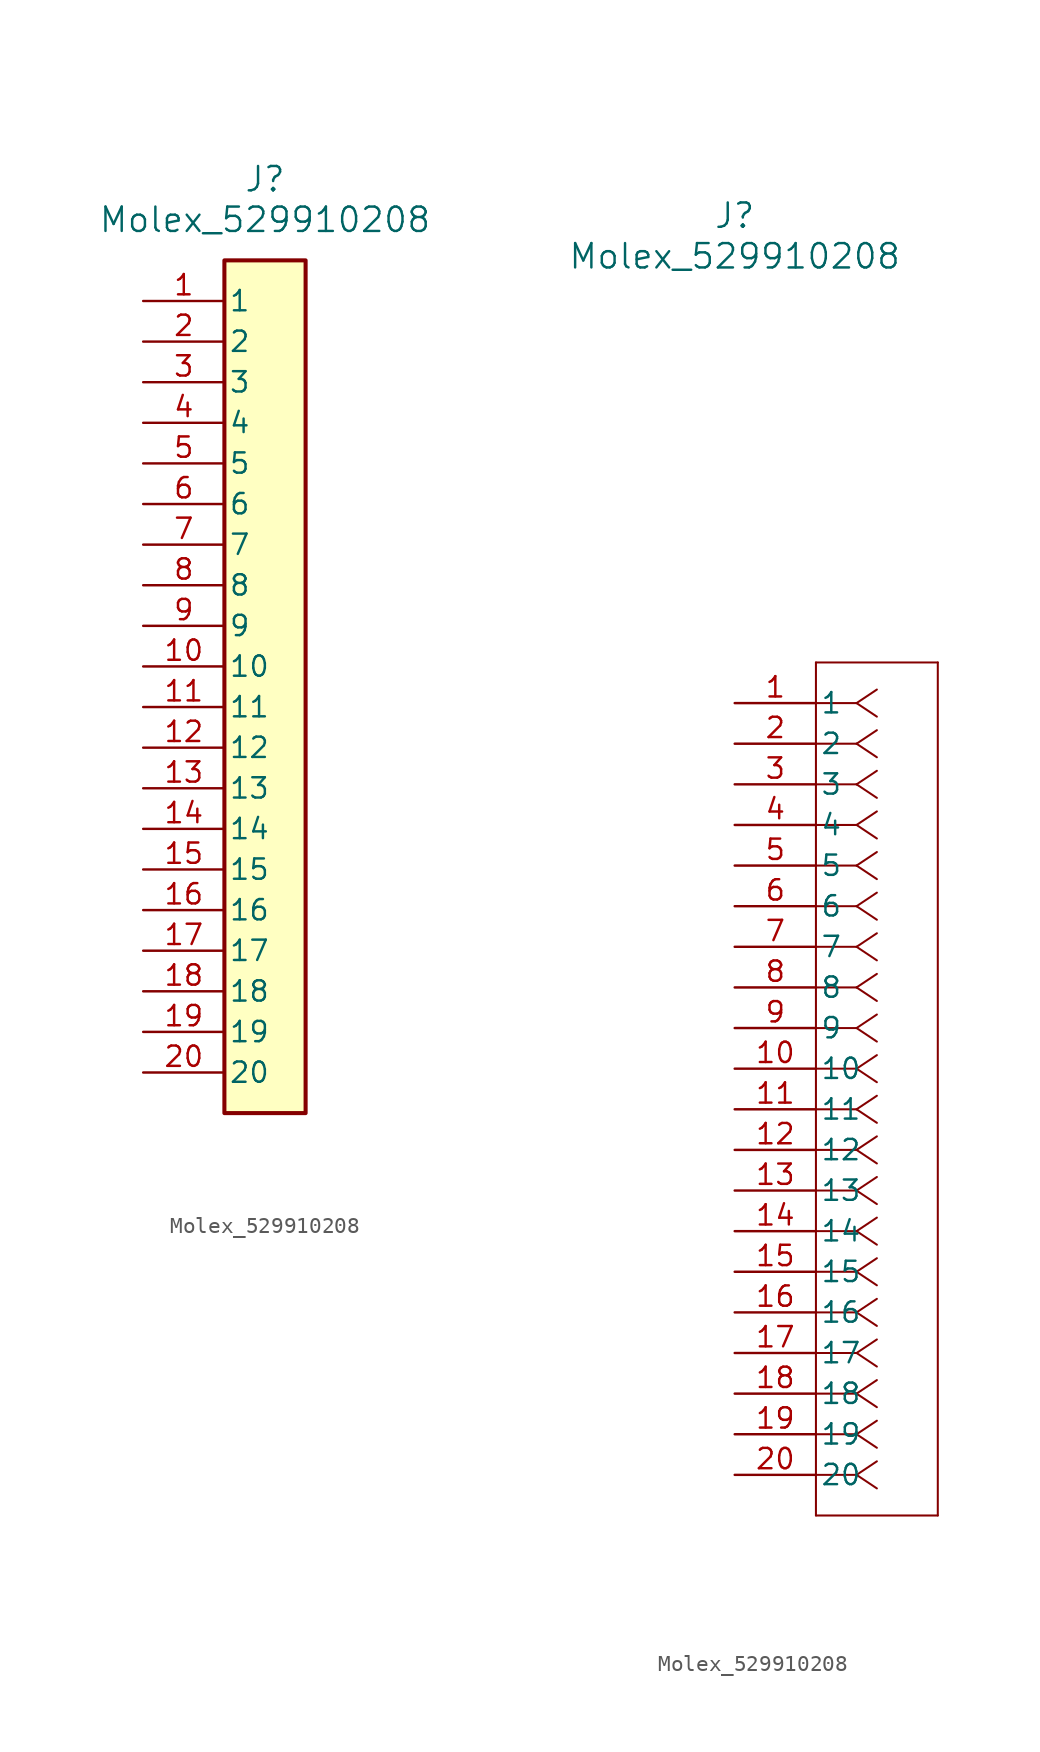
<source format=kicad_sym>
(kicad_symbol_lib
  (version 20220914)
  (generator kicad_symbol_editor)
  (symbol "Molex_529910208"
    (pin_names
      (offset 0.254))
    (property "Reference" "J"
      (at 0 30.48 0)
      (effects (font (size 1.524 1.524))))
    (property "Value" "Molex_529910208"
      (at 0 27.94 0)
      (effects (font (size 1.524 1.524))))
    (property "ki_locked" ""
      (at 0 0 0)
      (effects (font (size 1.27 1.27))))
    (symbol "Molex_529910208_1_1"
      (rectangle (start -2.54 25.4) (end 2.54 -27.94) (stroke (width 0.254) (type default)) (fill (type background)))
      (pin unspecified line (at -7.62 22.86 0) (length 5.08) (name "1" (effects (font (size 1.27 1.27)))) (number "1" (effects (font (size 1.27 1.27)))))
      (pin unspecified line (at -7.62 0 0) (length 5.08) (name "10" (effects (font (size 1.27 1.27)))) (number "10" (effects (font (size 1.27 1.27)))))
      (pin unspecified line (at -7.62 -2.54 0) (length 5.08) (name "11" (effects (font (size 1.27 1.27)))) (number "11" (effects (font (size 1.27 1.27)))))
      (pin unspecified line (at -7.62 -5.08 0) (length 5.08) (name "12" (effects (font (size 1.27 1.27)))) (number "12" (effects (font (size 1.27 1.27)))))
      (pin unspecified line (at -7.62 -7.62 0) (length 5.08) (name "13" (effects (font (size 1.27 1.27)))) (number "13" (effects (font (size 1.27 1.27)))))
      (pin unspecified line (at -7.62 -10.16 0) (length 5.08) (name "14" (effects (font (size 1.27 1.27)))) (number "14" (effects (font (size 1.27 1.27)))))
      (pin unspecified line (at -7.62 -12.7 0) (length 5.08) (name "15" (effects (font (size 1.27 1.27)))) (number "15" (effects (font (size 1.27 1.27)))))
      (pin unspecified line (at -7.62 -15.24 0) (length 5.08) (name "16" (effects (font (size 1.27 1.27)))) (number "16" (effects (font (size 1.27 1.27)))))
      (pin unspecified line (at -7.62 -17.78 0) (length 5.08) (name "17" (effects (font (size 1.27 1.27)))) (number "17" (effects (font (size 1.27 1.27)))))
      (pin unspecified line (at -7.62 -20.32 0) (length 5.08) (name "18" (effects (font (size 1.27 1.27)))) (number "18" (effects (font (size 1.27 1.27)))))
      (pin unspecified line (at -7.62 -22.86 0) (length 5.08) (name "19" (effects (font (size 1.27 1.27)))) (number "19" (effects (font (size 1.27 1.27)))))
      (pin unspecified line (at -7.62 20.32 0) (length 5.08) (name "2" (effects (font (size 1.27 1.27)))) (number "2" (effects (font (size 1.27 1.27)))))
      (pin unspecified line (at -7.62 -25.4 0) (length 5.08) (name "20" (effects (font (size 1.27 1.27)))) (number "20" (effects (font (size 1.27 1.27)))))
      (pin unspecified line (at -7.62 17.78 0) (length 5.08) (name "3" (effects (font (size 1.27 1.27)))) (number "3" (effects (font (size 1.27 1.27)))))
      (pin unspecified line (at -7.62 15.24 0) (length 5.08) (name "4" (effects (font (size 1.27 1.27)))) (number "4" (effects (font (size 1.27 1.27)))))
      (pin unspecified line (at -7.62 12.7 0) (length 5.08) (name "5" (effects (font (size 1.27 1.27)))) (number "5" (effects (font (size 1.27 1.27)))))
      (pin unspecified line (at -7.62 10.16 0) (length 5.08) (name "6" (effects (font (size 1.27 1.27)))) (number "6" (effects (font (size 1.27 1.27)))))
      (pin unspecified line (at -7.62 7.62 0) (length 5.08) (name "7" (effects (font (size 1.27 1.27)))) (number "7" (effects (font (size 1.27 1.27)))))
      (pin unspecified line (at -7.62 5.08 0) (length 5.08) (name "8" (effects (font (size 1.27 1.27)))) (number "8" (effects (font (size 1.27 1.27)))))
      (pin unspecified line (at -7.62 2.54 0) (length 5.08) (name "9" (effects (font (size 1.27 1.27)))) (number "9" (effects (font (size 1.27 1.27))))))
    (symbol "Molex_529910208_1_2"
      (polyline (pts (xy 5.08 -50.8) (xy 12.7 -50.8)) (stroke (width 0.127) (type default)) (fill (type none)))
      (polyline (pts (xy 5.08 2.54) (xy 5.08 -50.8)) (stroke (width 0.127) (type default)) (fill (type none)))
      (polyline (pts (xy 7.62 -48.26) (xy 5.08 -48.26)) (stroke (width 0.127) (type default)) (fill (type none)))
      (polyline (pts (xy 7.62 -48.26) (xy 8.89 -49.107)) (stroke (width 0.127) (type default)) (fill (type none)))
      (polyline (pts (xy 7.62 -48.26) (xy 8.89 -47.413)) (stroke (width 0.127) (type default)) (fill (type none)))
      (polyline (pts (xy 7.62 -45.72) (xy 5.08 -45.72)) (stroke (width 0.127) (type default)) (fill (type none)))
      (polyline (pts (xy 7.62 -45.72) (xy 8.89 -46.567)) (stroke (width 0.127) (type default)) (fill (type none)))
      (polyline (pts (xy 7.62 -45.72) (xy 8.89 -44.873)) (stroke (width 0.127) (type default)) (fill (type none)))
      (polyline (pts (xy 7.62 -43.18) (xy 5.08 -43.18)) (stroke (width 0.127) (type default)) (fill (type none)))
      (polyline (pts (xy 7.62 -43.18) (xy 8.89 -44.027)) (stroke (width 0.127) (type default)) (fill (type none)))
      (polyline (pts (xy 7.62 -43.18) (xy 8.89 -42.333)) (stroke (width 0.127) (type default)) (fill (type none)))
      (polyline (pts (xy 7.62 -40.64) (xy 5.08 -40.64)) (stroke (width 0.127) (type default)) (fill (type none)))
      (polyline (pts (xy 7.62 -40.64) (xy 8.89 -41.487)) (stroke (width 0.127) (type default)) (fill (type none)))
      (polyline (pts (xy 7.62 -40.64) (xy 8.89 -39.793)) (stroke (width 0.127) (type default)) (fill (type none)))
      (polyline (pts (xy 7.62 -38.1) (xy 5.08 -38.1)) (stroke (width 0.127) (type default)) (fill (type none)))
      (polyline (pts (xy 7.62 -38.1) (xy 8.89 -38.947)) (stroke (width 0.127) (type default)) (fill (type none)))
      (polyline (pts (xy 7.62 -38.1) (xy 8.89 -37.253)) (stroke (width 0.127) (type default)) (fill (type none)))
      (polyline (pts (xy 7.62 -35.56) (xy 5.08 -35.56)) (stroke (width 0.127) (type default)) (fill (type none)))
      (polyline (pts (xy 7.62 -35.56) (xy 8.89 -36.407)) (stroke (width 0.127) (type default)) (fill (type none)))
      (polyline (pts (xy 7.62 -35.56) (xy 8.89 -34.713)) (stroke (width 0.127) (type default)) (fill (type none)))
      (polyline (pts (xy 7.62 -33.02) (xy 5.08 -33.02)) (stroke (width 0.127) (type default)) (fill (type none)))
      (polyline (pts (xy 7.62 -33.02) (xy 8.89 -33.867)) (stroke (width 0.127) (type default)) (fill (type none)))
      (polyline (pts (xy 7.62 -33.02) (xy 8.89 -32.173)) (stroke (width 0.127) (type default)) (fill (type none)))
      (polyline (pts (xy 7.62 -30.48) (xy 5.08 -30.48)) (stroke (width 0.127) (type default)) (fill (type none)))
      (polyline (pts (xy 7.62 -30.48) (xy 8.89 -31.327)) (stroke (width 0.127) (type default)) (fill (type none)))
      (polyline (pts (xy 7.62 -30.48) (xy 8.89 -29.633)) (stroke (width 0.127) (type default)) (fill (type none)))
      (polyline (pts (xy 7.62 -27.94) (xy 5.08 -27.94)) (stroke (width 0.127) (type default)) (fill (type none)))
      (polyline (pts (xy 7.62 -27.94) (xy 8.89 -28.787)) (stroke (width 0.127) (type default)) (fill (type none)))
      (polyline (pts (xy 7.62 -27.94) (xy 8.89 -27.093)) (stroke (width 0.127) (type default)) (fill (type none)))
      (polyline (pts (xy 7.62 -25.4) (xy 5.08 -25.4)) (stroke (width 0.127) (type default)) (fill (type none)))
      (polyline (pts (xy 7.62 -25.4) (xy 8.89 -26.247)) (stroke (width 0.127) (type default)) (fill (type none)))
      (polyline (pts (xy 7.62 -25.4) (xy 8.89 -24.553)) (stroke (width 0.127) (type default)) (fill (type none)))
      (polyline (pts (xy 7.62 -22.86) (xy 5.08 -22.86)) (stroke (width 0.127) (type default)) (fill (type none)))
      (polyline (pts (xy 7.62 -22.86) (xy 8.89 -23.707)) (stroke (width 0.127) (type default)) (fill (type none)))
      (polyline (pts (xy 7.62 -22.86) (xy 8.89 -22.013)) (stroke (width 0.127) (type default)) (fill (type none)))
      (polyline (pts (xy 7.62 -20.32) (xy 5.08 -20.32)) (stroke (width 0.127) (type default)) (fill (type none)))
      (polyline (pts (xy 7.62 -20.32) (xy 8.89 -21.167)) (stroke (width 0.127) (type default)) (fill (type none)))
      (polyline (pts (xy 7.62 -20.32) (xy 8.89 -19.473)) (stroke (width 0.127) (type default)) (fill (type none)))
      (polyline (pts (xy 7.62 -17.78) (xy 5.08 -17.78)) (stroke (width 0.127) (type default)) (fill (type none)))
      (polyline (pts (xy 7.62 -17.78) (xy 8.89 -18.627)) (stroke (width 0.127) (type default)) (fill (type none)))
      (polyline (pts (xy 7.62 -17.78) (xy 8.89 -16.933)) (stroke (width 0.127) (type default)) (fill (type none)))
      (polyline (pts (xy 7.62 -15.24) (xy 5.08 -15.24)) (stroke (width 0.127) (type default)) (fill (type none)))
      (polyline (pts (xy 7.62 -15.24) (xy 8.89 -16.087)) (stroke (width 0.127) (type default)) (fill (type none)))
      (polyline (pts (xy 7.62 -15.24) (xy 8.89 -14.393)) (stroke (width 0.127) (type default)) (fill (type none)))
      (polyline (pts (xy 7.62 -12.7) (xy 5.08 -12.7)) (stroke (width 0.127) (type default)) (fill (type none)))
      (polyline (pts (xy 7.62 -12.7) (xy 8.89 -13.547)) (stroke (width 0.127) (type default)) (fill (type none)))
      (polyline (pts (xy 7.62 -12.7) (xy 8.89 -11.853)) (stroke (width 0.127) (type default)) (fill (type none)))
      (polyline (pts (xy 7.62 -10.16) (xy 5.08 -10.16)) (stroke (width 0.127) (type default)) (fill (type none)))
      (polyline (pts (xy 7.62 -10.16) (xy 8.89 -11.007)) (stroke (width 0.127) (type default)) (fill (type none)))
      (polyline (pts (xy 7.62 -10.16) (xy 8.89 -9.313)) (stroke (width 0.127) (type default)) (fill (type none)))
      (polyline (pts (xy 7.62 -7.62) (xy 5.08 -7.62)) (stroke (width 0.127) (type default)) (fill (type none)))
      (polyline (pts (xy 7.62 -7.62) (xy 8.89 -8.467)) (stroke (width 0.127) (type default)) (fill (type none)))
      (polyline (pts (xy 7.62 -7.62) (xy 8.89 -6.773)) (stroke (width 0.127) (type default)) (fill (type none)))
      (polyline (pts (xy 7.62 -5.08) (xy 5.08 -5.08)) (stroke (width 0.127) (type default)) (fill (type none)))
      (polyline (pts (xy 7.62 -5.08) (xy 8.89 -5.927)) (stroke (width 0.127) (type default)) (fill (type none)))
      (polyline (pts (xy 7.62 -5.08) (xy 8.89 -4.233)) (stroke (width 0.127) (type default)) (fill (type none)))
      (polyline (pts (xy 7.62 -2.54) (xy 5.08 -2.54)) (stroke (width 0.127) (type default)) (fill (type none)))
      (polyline (pts (xy 7.62 -2.54) (xy 8.89 -3.387)) (stroke (width 0.127) (type default)) (fill (type none)))
      (polyline (pts (xy 7.62 -2.54) (xy 8.89 -1.693)) (stroke (width 0.127) (type default)) (fill (type none)))
      (polyline (pts (xy 7.62 0) (xy 5.08 0)) (stroke (width 0.127) (type default)) (fill (type none)))
      (polyline (pts (xy 7.62 0) (xy 8.89 -0.847)) (stroke (width 0.127) (type default)) (fill (type none)))
      (polyline (pts (xy 7.62 0) (xy 8.89 0.847)) (stroke (width 0.127) (type default)) (fill (type none)))
      (polyline (pts (xy 12.7 -50.8) (xy 12.7 2.54)) (stroke (width 0.127) (type default)) (fill (type none)))
      (polyline (pts (xy 12.7 2.54) (xy 5.08 2.54)) (stroke (width 0.127) (type default)) (fill (type none)))
      (pin unspecified line (at 0 0 0) (length 5.08) (name "1" (effects (font (size 1.27 1.27)))) (number "1" (effects (font (size 1.27 1.27)))))
      (pin unspecified line (at 0 -22.86 0) (length 5.08) (name "10" (effects (font (size 1.27 1.27)))) (number "10" (effects (font (size 1.27 1.27)))))
      (pin unspecified line (at 0 -25.4 0) (length 5.08) (name "11" (effects (font (size 1.27 1.27)))) (number "11" (effects (font (size 1.27 1.27)))))
      (pin unspecified line (at 0 -27.94 0) (length 5.08) (name "12" (effects (font (size 1.27 1.27)))) (number "12" (effects (font (size 1.27 1.27)))))
      (pin unspecified line (at 0 -30.48 0) (length 5.08) (name "13" (effects (font (size 1.27 1.27)))) (number "13" (effects (font (size 1.27 1.27)))))
      (pin unspecified line (at 0 -33.02 0) (length 5.08) (name "14" (effects (font (size 1.27 1.27)))) (number "14" (effects (font (size 1.27 1.27)))))
      (pin unspecified line (at 0 -35.56 0) (length 5.08) (name "15" (effects (font (size 1.27 1.27)))) (number "15" (effects (font (size 1.27 1.27)))))
      (pin unspecified line (at 0 -38.1 0) (length 5.08) (name "16" (effects (font (size 1.27 1.27)))) (number "16" (effects (font (size 1.27 1.27)))))
      (pin unspecified line (at 0 -40.64 0) (length 5.08) (name "17" (effects (font (size 1.27 1.27)))) (number "17" (effects (font (size 1.27 1.27)))))
      (pin unspecified line (at 0 -43.18 0) (length 5.08) (name "18" (effects (font (size 1.27 1.27)))) (number "18" (effects (font (size 1.27 1.27)))))
      (pin unspecified line (at 0 -45.72 0) (length 5.08) (name "19" (effects (font (size 1.27 1.27)))) (number "19" (effects (font (size 1.27 1.27)))))
      (pin unspecified line (at 0 -2.54 0) (length 5.08) (name "2" (effects (font (size 1.27 1.27)))) (number "2" (effects (font (size 1.27 1.27)))))
      (pin unspecified line (at 0 -48.26 0) (length 5.08) (name "20" (effects (font (size 1.27 1.27)))) (number "20" (effects (font (size 1.27 1.27)))))
      (pin unspecified line (at 0 -5.08 0) (length 5.08) (name "3" (effects (font (size 1.27 1.27)))) (number "3" (effects (font (size 1.27 1.27)))))
      (pin unspecified line (at 0 -7.62 0) (length 5.08) (name "4" (effects (font (size 1.27 1.27)))) (number "4" (effects (font (size 1.27 1.27)))))
      (pin unspecified line (at 0 -10.16 0) (length 5.08) (name "5" (effects (font (size 1.27 1.27)))) (number "5" (effects (font (size 1.27 1.27)))))
      (pin unspecified line (at 0 -12.7 0) (length 5.08) (name "6" (effects (font (size 1.27 1.27)))) (number "6" (effects (font (size 1.27 1.27)))))
      (pin unspecified line (at 0 -15.24 0) (length 5.08) (name "7" (effects (font (size 1.27 1.27)))) (number "7" (effects (font (size 1.27 1.27)))))
      (pin unspecified line (at 0 -17.78 0) (length 5.08) (name "8" (effects (font (size 1.27 1.27)))) (number "8" (effects (font (size 1.27 1.27)))))
      (pin unspecified line (at 0 -20.32 0) (length 5.08) (name "9" (effects (font (size 1.27 1.27)))) (number "9" (effects (font (size 1.27 1.27))))))))
</source>
